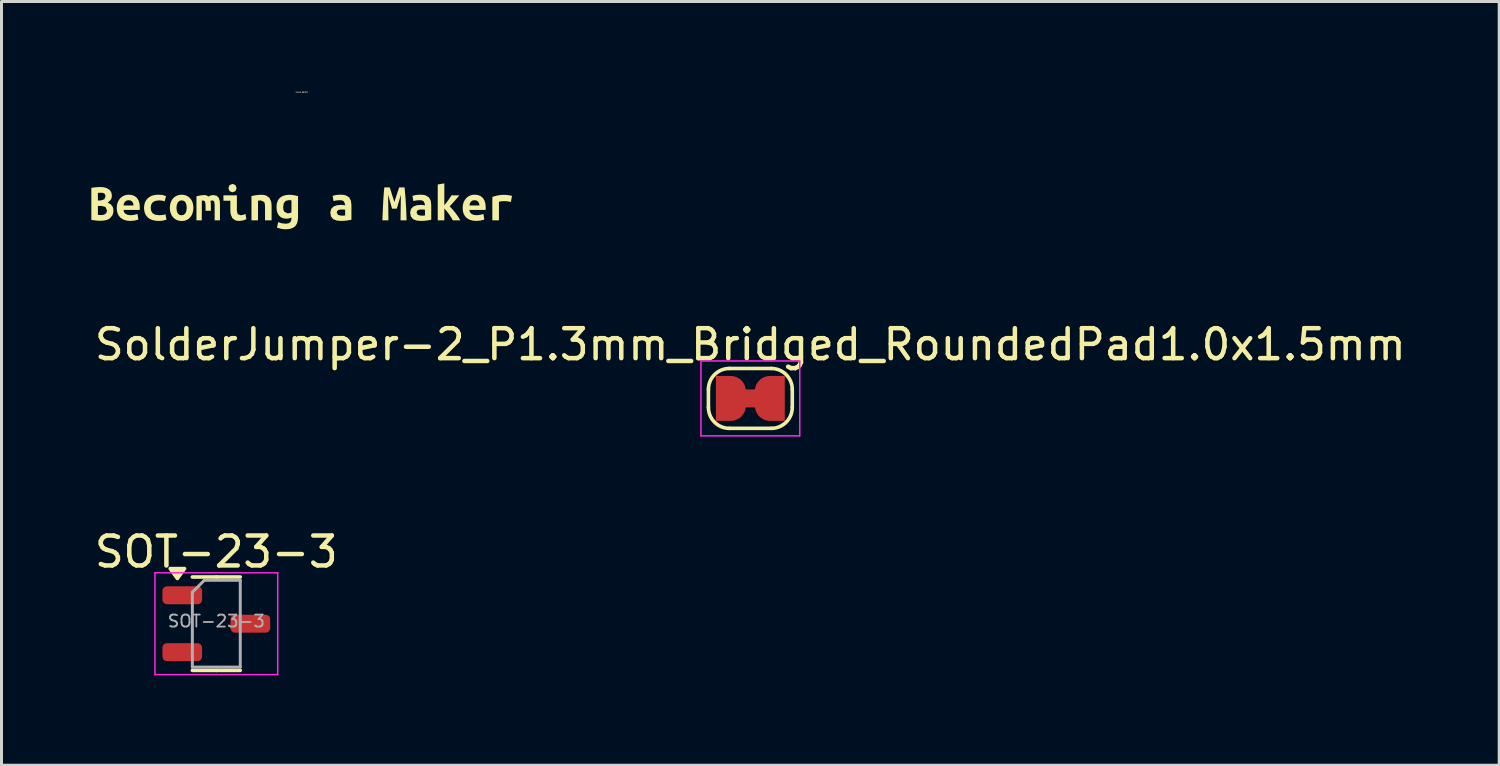
<source format=kicad_pcb>
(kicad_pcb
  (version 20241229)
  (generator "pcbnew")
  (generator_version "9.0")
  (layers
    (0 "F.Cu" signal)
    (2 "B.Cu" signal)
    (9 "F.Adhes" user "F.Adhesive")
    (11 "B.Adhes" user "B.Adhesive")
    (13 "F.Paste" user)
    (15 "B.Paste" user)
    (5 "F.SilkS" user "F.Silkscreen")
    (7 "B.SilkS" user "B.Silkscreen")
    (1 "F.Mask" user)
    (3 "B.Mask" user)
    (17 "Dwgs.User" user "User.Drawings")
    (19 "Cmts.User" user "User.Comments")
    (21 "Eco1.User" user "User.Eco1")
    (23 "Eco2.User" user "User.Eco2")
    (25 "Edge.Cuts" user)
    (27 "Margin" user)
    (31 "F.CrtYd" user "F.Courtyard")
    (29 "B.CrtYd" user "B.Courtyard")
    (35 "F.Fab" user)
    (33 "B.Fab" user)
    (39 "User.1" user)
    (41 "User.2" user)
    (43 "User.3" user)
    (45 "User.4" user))
  (footprint "SOT-23-3"
    (layer "F.Cu")
    (at 4.173 17.777)
    (property "Reference" "SOT-23-3" (at 0 -2.4 180) (layer "F.SilkS") (effects (font (size 1 1) (thickness 0.15))))
    (attr smd)
    (fp_line (start 0 -1.56) (end -0.8 -1.56) (stroke (width 0.12) (type solid)) (layer "F.SilkS"))
    (fp_line (start 0 -1.56) (end 0.8 -1.56) (stroke (width 0.12) (type solid)) (layer "F.SilkS"))
    (fp_line (start 0 1.56) (end -0.8 1.56) (stroke (width 0.12) (type solid)) (layer "F.SilkS"))
    (fp_line (start 0 1.56) (end 0.8 1.56) (stroke (width 0.12) (type solid)) (layer "F.SilkS"))
    (fp_poly (pts (xy -1.3 -1.51) (xy -1.54 -1.84) (xy -1.06 -1.84) (xy -1.3 -1.51)) (stroke (width 0.12) (type solid)) (fill yes) (layer "F.SilkS"))
    (fp_line (start -2.05 -1.7) (end -2.05 1.7) (stroke (width 0.05) (type solid)) (layer "F.CrtYd"))
    (fp_line (start -2.05 1.7) (end 2.05 1.7) (stroke (width 0.05) (type solid)) (layer "F.CrtYd"))
    (fp_line (start 2.05 -1.7) (end -2.05 -1.7) (stroke (width 0.05) (type solid)) (layer "F.CrtYd"))
    (fp_line (start 2.05 1.7) (end 2.05 -1.7) (stroke (width 0.05) (type solid)) (layer "F.CrtYd"))
    (fp_line (start -0.8 -1.05) (end -0.4 -1.45) (stroke (width 0.1) (type solid)) (layer "F.Fab"))
    (fp_line (start -0.8 1.45) (end -0.8 -1.05) (stroke (width 0.1) (type solid)) (layer "F.Fab"))
    (fp_line (start -0.4 -1.45) (end 0.8 -1.45) (stroke (width 0.1) (type solid)) (layer "F.Fab"))
    (fp_line (start 0.8 -1.45) (end 0.8 1.45) (stroke (width 0.1) (type solid)) (layer "F.Fab"))
    (fp_line (start 0.8 1.45) (end -0.8 1.45) (stroke (width 0.1) (type solid)) (layer "F.Fab"))
    (fp_text user "${REFERENCE}" (at 0 -0.087 180) (layer "F.Fab") (effects (font (size 0.4 0.4) (thickness 0.06))))
    (pad "1" smd roundrect (at -1.137 -0.95) (size 1.325 0.6) (layers "F.Cu" "F.Mask" "F.Paste") (roundrect_rratio 0.25))
    (pad "2" smd roundrect (at -1.137 0.95) (size 1.325 0.6) (layers "F.Cu" "F.Mask" "F.Paste") (roundrect_rratio 0.25))
    (pad "3" smd roundrect (at 1.137 0) (size 1.325 0.6) (layers "F.Cu" "F.Mask" "F.Paste") (roundrect_rratio 0.25)))
  (footprint "kibuzzard-66940CA3"
    (layer "F.Cu")
    (at 7.024 3.84)
    (property "Reference" "kibuzzard-66940CA3" (at 0 -3.814 180) (layer "F.SilkS") (effects (font (size 0.025 0.025) (thickness 0.15))))
    (attr board_only exclude_from_pos_files exclude_from_bom)
    (fp_poly (pts (xy -2.172 -0.608) (xy -2.213 -0.506) (xy -2.311 -0.469) (xy -2.408 -0.506) (xy -2.448 -0.608) (xy -2.408 -0.711) (xy -2.311 -0.748) (xy -2.213 -0.711) (xy -2.172 -0.608)) (stroke (width 0) (type solid)) (fill yes) (layer "F.SilkS"))
    (fp_poly (pts (xy -1.847 0.432) (xy -1.974 0.475) (xy -2.084 0.487) (xy -2.162 0.481) (xy -2.227 0.462) (xy -2.319 0.39) (xy -2.368 0.275) (xy -2.379 0.203) (xy -2.382 0.121) (xy -2.382 -0.187) (xy -2.613 -0.187) (xy -2.613 -0.368) (xy -2.164 -0.368) (xy -2.164 0.149) (xy -2.136 0.26) (xy -2.045 0.297) (xy -1.972 0.289) (xy -1.876 0.256) (xy -1.847 0.432)) (stroke (width 0) (type solid)) (fill yes) (layer "F.SilkS"))
    (fp_poly (pts (xy 6.985 -0.146) (xy 6.934 -0.156) (xy 6.875 -0.166) (xy 6.816 -0.172) (xy 6.768 -0.174) (xy 6.677 -0.17) (xy 6.587 -0.153) (xy 6.587 0.467) (xy 6.366 0.467) (xy 6.366 -0.313) (xy 6.455 -0.342) (xy 6.545 -0.364) (xy 6.644 -0.379) (xy 6.759 -0.384) (xy 6.81 -0.382) (xy 6.88 -0.376) (xy 6.955 -0.365) (xy 7.024 -0.348) (xy 6.985 -0.146)) (stroke (width 0) (type solid)) (fill yes) (layer "F.SilkS"))
    (fp_poly (pts (xy -1.677 -0.341) (xy -1.611 -0.357) (xy -1.532 -0.371) (xy -1.442 -0.382) (xy -1.344 -0.386) (xy -1.253 -0.379) (xy -1.179 -0.358) (xy -1.075 -0.28) (xy -1.021 -0.159) (xy -1.009 -0.085) (xy -1.005 -0.004) (xy -1.005 0.467) (xy -1.224 0.467) (xy -1.224 0.025) (xy -1.23 -0.076) (xy -1.25 -0.144) (xy -1.359 -0.195) (xy -1.407 -0.194) (xy -1.458 -0.188) (xy -1.458 0.467) (xy -1.677 0.467) (xy -1.677 -0.341)) (stroke (width 0) (type solid)) (fill yes) (layer "F.SilkS"))
    (fp_poly (pts (xy 4.763 -0.037) (xy 4.828 -0.116) (xy 4.892 -0.203) (xy 4.952 -0.289) (xy 5.002 -0.368) (xy 5.265 -0.368) (xy 5.192 -0.279) (xy 5.107 -0.181) (xy 5.02 -0.085) (xy 4.941 0) (xy 5.037 0.102) (xy 5.088 0.163) (xy 5.138 0.226) (xy 5.186 0.29) (xy 5.23 0.354) (xy 5.297 0.467) (xy 5.046 0.467) (xy 4.99 0.367) (xy 4.916 0.257) (xy 4.837 0.154) (xy 4.763 0.073) (xy 4.763 0.467) (xy 4.543 0.467) (xy 4.543 -0.729) (xy 4.763 -0.766) (xy 4.763 -0.037)) (stroke (width 0) (type solid)) (fill yes) (layer "F.SilkS"))
    (fp_poly (pts (xy -2.956 -0.377) (xy -2.842 -0.355) (xy -2.772 -0.291) (xy -2.738 -0.184) (xy -2.731 -0.114) (xy -2.729 -0.032) (xy -2.729 0.467) (xy -2.906 0.467) (xy -2.906 -0.043) (xy -2.913 -0.123) (xy -2.929 -0.169) (xy -2.952 -0.19) (xy -2.979 -0.195) (xy -3.013 -0.193) (xy -3.045 -0.183) (xy -3.036 -0.108) (xy -3.033 -0.018) (xy -3.033 0.149) (xy -3.21 0.149) (xy -3.21 -0.043) (xy -3.227 -0.162) (xy -3.281 -0.195) (xy -3.307 -0.194) (xy -3.336 -0.188) (xy -3.336 0.467) (xy -3.514 0.467) (xy -3.514 -0.336) (xy -3.377 -0.366) (xy -3.258 -0.377) (xy -3.176 -0.365) (xy -3.113 -0.327) (xy -3.041 -0.362) (xy -2.956 -0.377)) (stroke (width 0) (type solid)) (fill yes) (layer "F.SilkS"))
    (fp_poly (pts (xy 2.94 -0.633) (xy 2.971 -0.537) (xy 3.011 -0.411) (xy 3.054 -0.274) (xy 3.095 -0.146) (xy 3.139 -0.282) (xy 3.184 -0.417) (xy 3.223 -0.538) (xy 3.255 -0.633) (xy 3.436 -0.633) (xy 3.448 -0.49) (xy 3.46 -0.352) (xy 3.471 -0.216) (xy 3.479 -0.081) (xy 3.487 0.054) (xy 3.493 0.189) (xy 3.498 0.327) (xy 3.502 0.467) (xy 3.301 0.467) (xy 3.312 -0.387) (xy 3.176 0.078) (xy 3.017 0.078) (xy 2.887 -0.387) (xy 2.896 0.467) (xy 2.695 0.467) (xy 2.7 0.33) (xy 2.706 0.187) (xy 2.713 0.041) (xy 2.72 -0.103) (xy 2.728 -0.245) (xy 2.737 -0.382) (xy 2.747 -0.512) (xy 2.759 -0.633) (xy 2.94 -0.633)) (stroke (width 0) (type solid)) (fill yes) (layer "F.SilkS"))
    (fp_poly (pts (xy -5.265 0.05) (xy -5.257 -0.038) (xy -5.236 -0.121) (xy -5.2 -0.196) (xy -5.149 -0.26) (xy -5.083 -0.314) (xy -5.001 -0.355) (xy -4.902 -0.381) (xy -4.787 -0.389) (xy -4.651 -0.379) (xy -4.529 -0.343) (xy -4.577 -0.167) (xy -4.656 -0.189) (xy -4.767 -0.199) (xy -4.898 -0.18) (xy -4.982 -0.129) (xy -5.028 -0.05) (xy -5.042 0.05) (xy -5.026 0.153) (xy -4.978 0.231) (xy -4.89 0.28) (xy -4.756 0.297) (xy -4.649 0.29) (xy -4.547 0.267) (xy -4.515 0.446) (xy -4.627 0.475) (xy -4.698 0.484) (xy -4.781 0.487) (xy -4.9 0.478) (xy -5.001 0.453) (xy -5.084 0.413) (xy -5.151 0.361) (xy -5.202 0.297) (xy -5.237 0.222) (xy -5.258 0.139) (xy -5.265 0.05)) (stroke (width 0) (type solid)) (fill yes) (layer "F.SilkS"))
    (fp_poly (pts (xy 1.303 -0.389) (xy 1.398 -0.383) (xy 1.475 -0.365) (xy 1.584 -0.298) (xy 1.643 -0.191) (xy 1.661 -0.05) (xy 1.661 0.448) (xy 1.518 0.473) (xy 1.419 0.483) (xy 1.323 0.486) (xy 1.323 0.311) (xy 1.392 0.31) (xy 1.451 0.306) (xy 1.451 0.114) (xy 1.399 0.108) (xy 1.344 0.105) (xy 1.279 0.109) (xy 1.223 0.124) (xy 1.184 0.155) (xy 1.17 0.206) (xy 1.213 0.287) (xy 1.323 0.311) (xy 1.323 0.486) (xy 1.307 0.487) (xy 1.162 0.473) (xy 1.051 0.426) (xy 0.98 0.34) (xy 0.955 0.211) (xy 0.984 0.089) (xy 1.06 0.009) (xy 1.17 -0.035) (xy 1.3 -0.048) (xy 1.38 -0.044) (xy 1.451 -0.034) (xy 1.451 -0.06) (xy 1.412 -0.164) (xy 1.359 -0.196) (xy 1.277 -0.206) (xy 1.157 -0.197) (xy 1.064 -0.176) (xy 1.033 -0.352) (xy 1.149 -0.378) (xy 1.225 -0.386) (xy 1.303 -0.389)) (stroke (width 0) (type solid)) (fill yes) (layer "F.SilkS"))
    (fp_poly (pts (xy 3.969 -0.389) (xy 4.063 -0.383) (xy 4.141 -0.365) (xy 4.25 -0.298) (xy 4.308 -0.191) (xy 4.326 -0.05) (xy 4.326 0.448) (xy 4.184 0.473) (xy 4.084 0.483) (xy 3.989 0.486) (xy 3.989 0.311) (xy 4.058 0.31) (xy 4.117 0.306) (xy 4.117 0.114) (xy 4.065 0.108) (xy 4.01 0.105) (xy 3.944 0.109) (xy 3.888 0.124) (xy 3.85 0.155) (xy 3.836 0.206) (xy 3.878 0.287) (xy 3.989 0.311) (xy 3.989 0.486) (xy 3.973 0.487) (xy 3.828 0.473) (xy 3.717 0.426) (xy 3.646 0.34) (xy 3.621 0.211) (xy 3.649 0.089) (xy 3.726 0.009) (xy 3.836 -0.035) (xy 3.966 -0.048) (xy 4.046 -0.044) (xy 4.117 -0.034) (xy 4.117 -0.06) (xy 4.077 -0.164) (xy 4.024 -0.196) (xy 3.942 -0.206) (xy 3.822 -0.197) (xy 3.729 -0.176) (xy 3.699 -0.352) (xy 3.814 -0.378) (xy 3.89 -0.386) (xy 3.969 -0.389)) (stroke (width 0) (type solid)) (fill yes) (layer "F.SilkS"))
    (fp_poly (pts (xy -6.176 0.057) (xy -6.168 -0.047) (xy -6.142 -0.137) (xy -6.103 -0.213) (xy -6.054 -0.276) (xy -5.994 -0.325) (xy -5.927 -0.361) (xy -5.855 -0.382) (xy -5.782 -0.389) (xy -5.668 -0.377) (xy -5.575 -0.341) (xy -5.501 -0.28) (xy -5.448 -0.196) (xy -5.416 -0.09) (xy -5.405 0.039) (xy -5.406 0.084) (xy -5.408 0.121) (xy -5.616 0.121) (xy -5.616 -0.03) (xy -5.625 -0.095) (xy -5.654 -0.151) (xy -5.703 -0.191) (xy -5.778 -0.206) (xy -5.852 -0.192) (xy -5.903 -0.153) (xy -5.935 -0.096) (xy -5.95 -0.03) (xy -5.616 -0.03) (xy -5.616 0.121) (xy -5.95 0.121) (xy -5.934 0.194) (xy -5.883 0.25) (xy -5.806 0.285) (xy -5.709 0.297) (xy -5.584 0.283) (xy -5.483 0.254) (xy -5.453 0.441) (xy -5.574 0.474) (xy -5.718 0.487) (xy -5.819 0.48) (xy -5.909 0.459) (xy -5.987 0.425) (xy -6.053 0.378) (xy -6.105 0.317) (xy -6.144 0.243) (xy -6.168 0.157) (xy -6.176 0.057)) (stroke (width 0) (type solid)) (fill yes) (layer "F.SilkS"))
    (fp_poly (pts (xy 5.375 0.057) (xy 5.383 -0.047) (xy 5.408 -0.137) (xy 5.448 -0.213) (xy 5.497 -0.276) (xy 5.556 -0.325) (xy 5.624 -0.361) (xy 5.695 -0.382) (xy 5.769 -0.389) (xy 5.883 -0.377) (xy 5.976 -0.341) (xy 6.05 -0.28) (xy 6.103 -0.196) (xy 6.135 -0.09) (xy 6.146 0.039) (xy 6.145 0.084) (xy 6.142 0.121) (xy 5.934 0.121) (xy 5.934 -0.03) (xy 5.926 -0.095) (xy 5.897 -0.151) (xy 5.847 -0.191) (xy 5.773 -0.206) (xy 5.699 -0.192) (xy 5.647 -0.153) (xy 5.616 -0.096) (xy 5.6 -0.03) (xy 5.934 -0.03) (xy 5.934 0.121) (xy 5.6 0.121) (xy 5.617 0.194) (xy 5.668 0.25) (xy 5.745 0.285) (xy 5.842 0.297) (xy 5.967 0.283) (xy 6.068 0.254) (xy 6.098 0.441) (xy 5.977 0.474) (xy 5.833 0.487) (xy 5.732 0.48) (xy 5.642 0.459) (xy 5.564 0.425) (xy 5.498 0.378) (xy 5.446 0.317) (xy 5.407 0.243) (xy 5.383 0.157) (xy 5.375 0.057)) (stroke (width 0) (type solid)) (fill yes) (layer "F.SilkS"))
    (fp_poly (pts (xy -0.122 0.366) (xy -0.133 0.49) (xy -0.166 0.591) (xy -0.22 0.668) (xy -0.299 0.722) (xy -0.405 0.755) (xy -0.538 0.766) (xy -0.614 0.762) (xy -0.688 0.75) (xy -0.825 0.713) (xy -0.785 0.528) (xy -0.676 0.564) (xy -0.534 0.581) (xy -0.44 0.568) (xy -0.381 0.531) (xy -0.351 0.477) (xy -0.342 0.411) (xy -0.342 0.377) (xy -0.426 0.403) (xy -0.465 0.408) (xy -0.465 0.235) (xy -0.398 0.226) (xy -0.342 0.203) (xy -0.342 -0.199) (xy -0.387 -0.206) (xy -0.427 -0.208) (xy -0.534 -0.182) (xy -0.598 -0.105) (xy -0.619 0.023) (xy -0.61 0.114) (xy -0.582 0.18) (xy -0.465 0.235) (xy -0.465 0.408) (xy -0.509 0.412) (xy -0.609 0.401) (xy -0.692 0.366) (xy -0.757 0.309) (xy -0.804 0.232) (xy -0.832 0.136) (xy -0.841 0.023) (xy -0.829 -0.103) (xy -0.791 -0.205) (xy -0.728 -0.284) (xy -0.643 -0.341) (xy -0.54 -0.374) (xy -0.418 -0.386) (xy -0.325 -0.381) (xy -0.226 -0.366) (xy -0.122 -0.341) (xy -0.122 0.366)) (stroke (width 0) (type solid)) (fill yes) (layer "F.SilkS"))
    (fp_poly (pts (xy -3.615 0.048) (xy -3.623 0.143) (xy -3.644 0.228) (xy -3.678 0.304) (xy -3.724 0.368) (xy -3.78 0.42) (xy -3.847 0.458) (xy -3.924 0.482) (xy -4.008 0.49) (xy -4.012 0.49) (xy -4.012 0.3) (xy -3.937 0.283) (xy -3.883 0.231) (xy -3.85 0.151) (xy -3.839 0.05) (xy -3.849 -0.051) (xy -3.879 -0.131) (xy -3.932 -0.182) (xy -4.008 -0.199) (xy -4.083 -0.182) (xy -4.137 -0.131) (xy -4.17 -0.051) (xy -4.181 0.05) (xy -4.171 0.151) (xy -4.141 0.231) (xy -4.088 0.283) (xy -4.012 0.3) (xy -4.012 0.49) (xy -4.093 0.482) (xy -4.169 0.458) (xy -4.236 0.42) (xy -4.293 0.368) (xy -4.34 0.304) (xy -4.374 0.228) (xy -4.396 0.143) (xy -4.403 0.048) (xy -4.395 -0.046) (xy -4.373 -0.131) (xy -4.338 -0.206) (xy -4.292 -0.269) (xy -4.234 -0.32) (xy -4.166 -0.358) (xy -4.09 -0.381) (xy -4.008 -0.389) (xy -3.925 -0.381) (xy -3.849 -0.358) (xy -3.782 -0.32) (xy -3.725 -0.269) (xy -3.678 -0.206) (xy -3.644 -0.131) (xy -3.623 -0.046) (xy -3.615 0.048)) (stroke (width 0) (type solid)) (fill yes) (layer "F.SilkS"))
    (fp_poly (pts (xy -6.286 0.135) (xy -6.295 0.226) (xy -6.32 0.301) (xy -6.412 0.408) (xy -6.475 0.442) (xy -6.548 0.465) (xy -6.63 0.477) (xy -6.7 0.481) (xy -6.7 0.291) (xy -6.628 0.285) (xy -6.564 0.262) (xy -6.519 0.214) (xy -6.501 0.135) (xy -6.552 0.02) (xy -6.688 -0.014) (xy -6.72 -0.014) (xy -6.72 -0.195) (xy -6.594 -0.232) (xy -6.551 -0.332) (xy -6.564 -0.395) (xy -6.597 -0.433) (xy -6.647 -0.45) (xy -6.706 -0.455) (xy -6.757 -0.453) (xy -6.805 -0.448) (xy -6.805 -0.195) (xy -6.72 -0.195) (xy -6.72 -0.014) (xy -6.805 -0.014) (xy -6.805 0.284) (xy -6.755 0.29) (xy -6.7 0.291) (xy -6.7 0.481) (xy -6.718 0.482) (xy -6.792 0.48) (xy -6.869 0.474) (xy -6.947 0.464) (xy -7.024 0.45) (xy -7.024 -0.618) (xy -6.887 -0.637) (xy -6.739 -0.645) (xy -6.627 -0.639) (xy -6.537 -0.619) (xy -6.414 -0.552) (xy -6.354 -0.458) (xy -6.338 -0.355) (xy -6.347 -0.282) (xy -6.376 -0.217) (xy -6.478 -0.121) (xy -6.384 -0.073) (xy -6.326 -0.011) (xy -6.296 0.06) (xy -6.286 0.135)) (stroke (width 0) (type solid)) (fill yes) (layer "F.SilkS")))
  (footprint "SolderJumper-2_P1.3mm_Bridged_RoundedPad1.0x1.5mm"
    (layer "F.Cu")
    (at 22.006 10.254)
    (property "Reference" "SolderJumper-2_P1.3mm_Bridged_RoundedPad1.0x1.5mm" (at 0 -1.8 180) (layer "F.SilkS") (effects (font (size 1 1) (thickness 0.15))))
    (attr exclude_from_pos_files exclude_from_bom)
    (fp_poly (pts (xy 0.25 -0.3) (xy -0.25 -0.3) (xy -0.25 0.3) (xy 0.25 0.3)) (stroke (width 0) (type solid)) (fill yes) (layer "F.Cu"))
    (fp_line (start -1.4 0.3) (end -1.4 -0.3) (stroke (width 0.12) (type solid)) (layer "F.SilkS"))
    (fp_line (start -0.7 -1) (end 0.7 -1) (stroke (width 0.12) (type solid)) (layer "F.SilkS"))
    (fp_line (start 0.7 1) (end -0.7 1) (stroke (width 0.12) (type solid)) (layer "F.SilkS"))
    (fp_line (start 1.4 -0.3) (end 1.4 0.3) (stroke (width 0.12) (type solid)) (layer "F.SilkS"))
    (fp_arc (start -1.4 -0.3) (mid -1.194975 -0.794975) (end -0.7 -1) (stroke (width 0.12) (type solid)) (layer "F.SilkS"))
    (fp_arc (start -0.7 1) (mid -1.194975 0.794975) (end -1.4 0.3) (stroke (width 0.12) (type solid)) (layer "F.SilkS"))
    (fp_arc (start 0.7 -1) (mid 1.194975 -0.794975) (end 1.4 -0.3) (stroke (width 0.12) (type solid)) (layer "F.SilkS"))
    (fp_arc (start 1.4 0.3) (mid 1.194975 0.794975) (end 0.7 1) (stroke (width 0.12) (type solid)) (layer "F.SilkS"))
    (fp_line (start -1.65 -1.25) (end -1.65 1.25) (stroke (width 0.05) (type solid)) (layer "F.CrtYd"))
    (fp_line (start -1.65 -1.25) (end 1.65 -1.25) (stroke (width 0.05) (type solid)) (layer "F.CrtYd"))
    (fp_line (start 1.65 1.25) (end -1.65 1.25) (stroke (width 0.05) (type solid)) (layer "F.CrtYd"))
    (fp_line (start 1.65 1.25) (end 1.65 -1.25) (stroke (width 0.05) (type solid)) (layer "F.CrtYd"))
    (pad "1" smd custom (at -0.65 0 180) (size 1 0.5) (layers "F.Cu" "F.Mask") (options (anchor rect)) (primitives (gr_circle (center 0 0.25) (end 0.5 0.25) (width 0) (fill yes)) (gr_circle (center 0 -0.25) (end 0.5 -0.25) (width 0) (fill yes)) (gr_poly (pts (xy 0.5 0.75) (xy 0 0.75) (xy 0 -0.75) (xy 0.5 -0.75)) (width 0) (fill yes))))
    (pad "2" smd custom (at 0.65 0 180) (size 1 0.5) (layers "F.Cu" "F.Mask") (options (anchor rect)) (primitives (gr_circle (center 0 0.25) (end 0.5 0.25) (width 0) (fill yes)) (gr_circle (center 0 -0.25) (end 0.5 -0.25) (width 0) (fill yes)) (gr_poly (pts (xy 0 0.75) (xy -0.5 0.75) (xy -0.5 -0.75) (xy 0 -0.75)) (width 0) (fill yes)))))
  (gr_rect
    (start -3 -3)
    (end 47.012 22.502)
    (stroke (width 0.1) (type default))
    (fill no)
    (layer "Edge.Cuts")))
</source>
